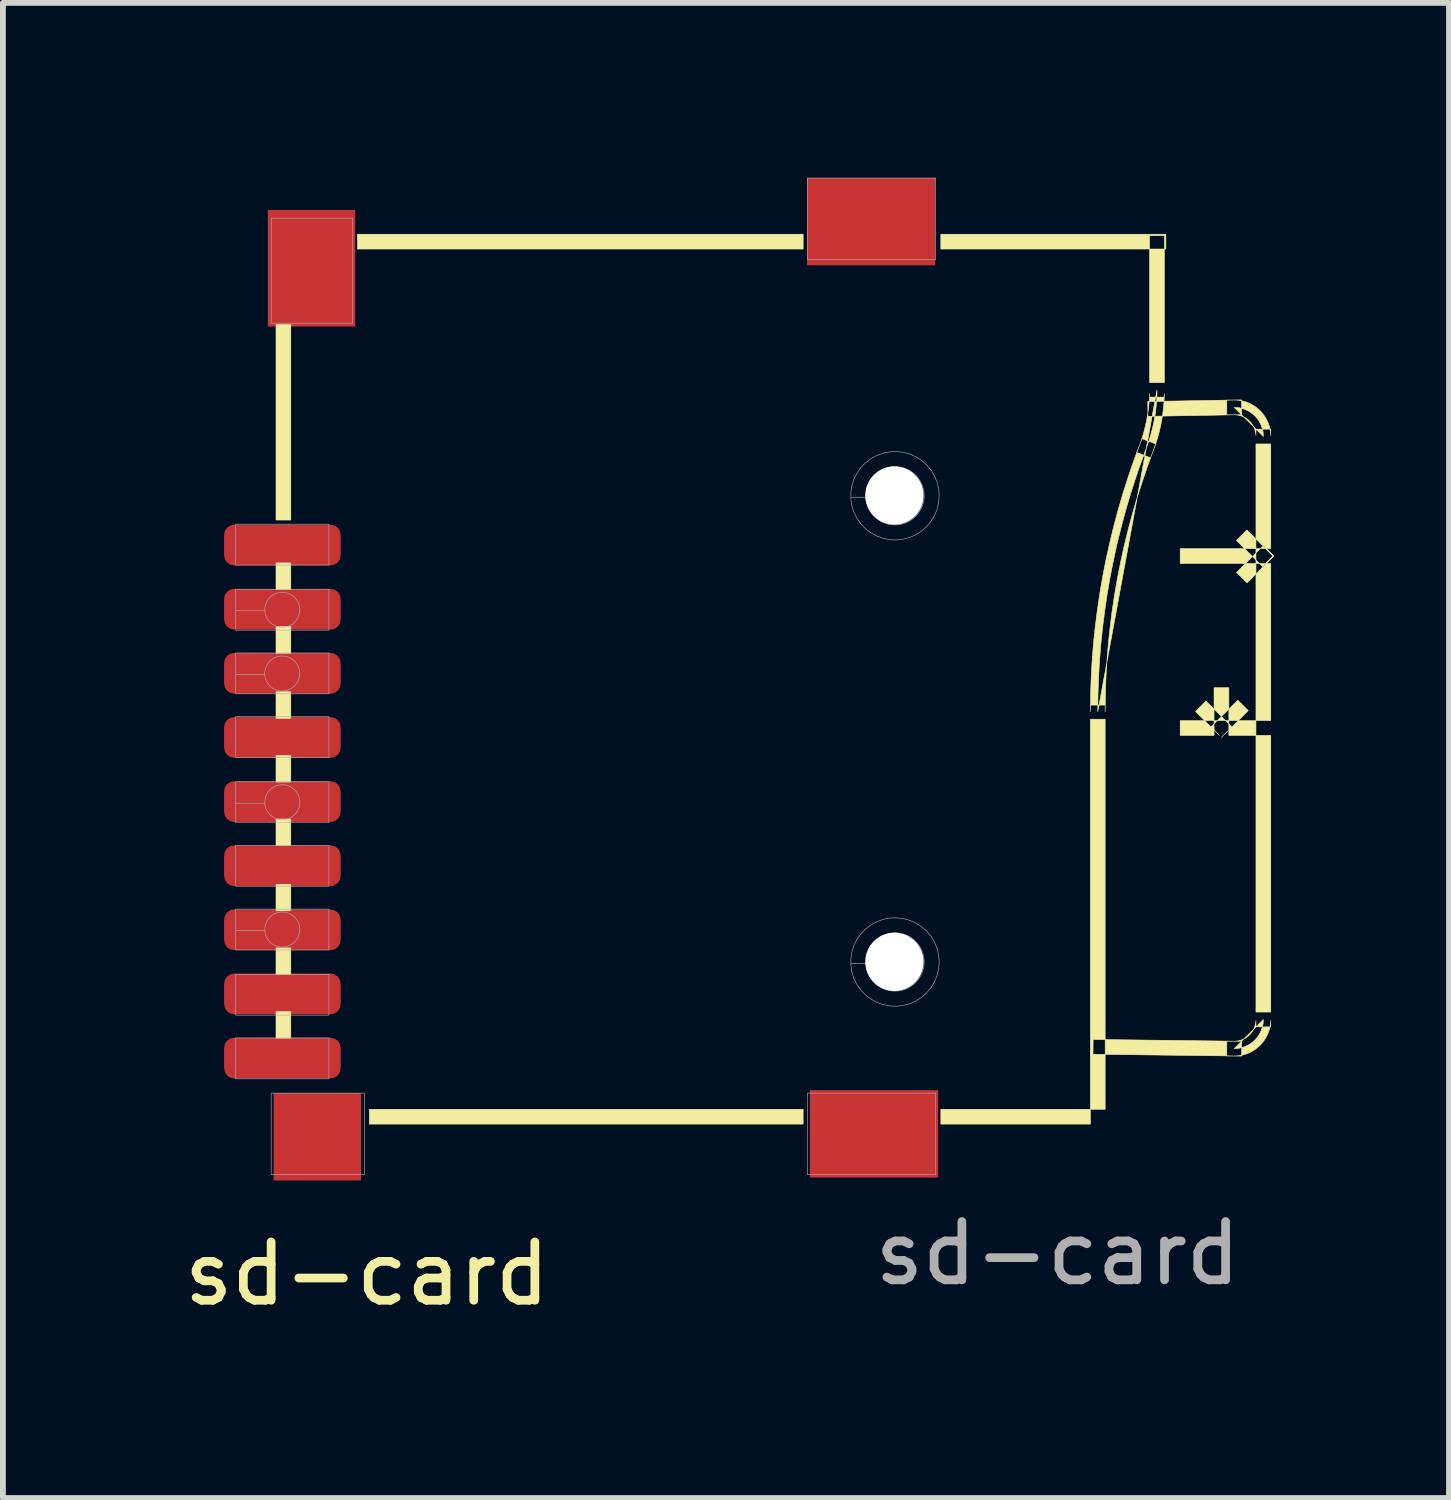
<source format=kicad_pcb>
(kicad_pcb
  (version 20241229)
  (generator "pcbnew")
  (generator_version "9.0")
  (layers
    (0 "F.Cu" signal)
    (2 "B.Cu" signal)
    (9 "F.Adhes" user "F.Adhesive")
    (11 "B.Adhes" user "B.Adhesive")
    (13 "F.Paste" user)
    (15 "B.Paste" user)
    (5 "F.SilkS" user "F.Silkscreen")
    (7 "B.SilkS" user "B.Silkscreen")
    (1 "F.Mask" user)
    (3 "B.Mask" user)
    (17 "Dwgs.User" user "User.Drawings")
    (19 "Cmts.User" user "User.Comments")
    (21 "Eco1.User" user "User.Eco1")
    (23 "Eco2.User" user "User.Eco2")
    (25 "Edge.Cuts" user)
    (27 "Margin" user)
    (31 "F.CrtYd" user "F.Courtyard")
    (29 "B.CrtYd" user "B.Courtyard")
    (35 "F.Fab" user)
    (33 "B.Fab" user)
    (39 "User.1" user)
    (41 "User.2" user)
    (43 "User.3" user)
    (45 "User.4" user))
  (footprint "sd-card"
    (layer "F.Cu")
    (at 0.744 17.801)
    (property "Reference" "sd-card" (at 2.5 1 0) (unlocked yes) (layer "F.SilkS") (effects (font (size 1 1) (thickness 0.15))))
    (attr smd)
    (fp_poly (pts (xy 14.911 -8.642) (xy 14.911 -8.755) (xy 14.913 -8.755)) (stroke (width 0.01) (type solid)) (fill yes) (layer "F.SilkS"))
    (fp_poly (pts (xy 15.038 -8.64) (xy 15.04 -8.755) (xy 15.06 -8.755)) (stroke (width 0.01) (type solid)) (fill yes) (layer "F.SilkS"))
    (fp_poly (pts (xy 15.847 -13.034) (xy 15.827 -13.042) (xy 15.87 -13.161)) (stroke (width 0.01) (type solid)) (fill yes) (layer "F.SilkS"))
    (fp_poly (pts (xy 17.033 -8.328) (xy 16.98 -8.38) (xy 17.033 -8.433)) (stroke (width 0.01) (type solid)) (fill yes) (layer "F.SilkS"))
    (fp_poly (pts (xy 17.23 -8.489) (xy 17.089 -8.489) (xy 17.16 -8.56)) (stroke (width 0.01) (type solid)) (fill yes) (layer "F.SilkS"))
    (fp_poly (pts (xy 17.339 -8.38) (xy 17.287 -8.328) (xy 17.287 -8.433)) (stroke (width 0.01) (type solid)) (fill yes) (layer "F.SilkS"))
    (fp_poly (pts (xy 17.752 -11.245) (xy 17.692 -11.305) (xy 17.752 -11.365)) (stroke (width 0.01) (type solid)) (fill yes) (layer "F.SilkS"))
    (fp_poly (pts (xy 17.864 -11.133) (xy 17.812 -11.185) (xy 17.917 -11.185)) (stroke (width 0.01) (type solid)) (fill yes) (layer "F.SilkS"))
    (fp_poly (pts (xy 17.917 -11.439) (xy 17.826 -11.439) (xy 17.872 -11.484)) (stroke (width 0.01) (type solid)) (fill yes) (layer "F.SilkS"))
    (fp_poly (pts (xy 1.195 -11.93) (xy 0.941 -11.93) (xy 0.941 -15.283) (xy 1.195 -15.283)) (stroke (width 0.01) (type solid)) (fill yes) (layer "F.SilkS"))
    (fp_poly (pts (xy 1.195 -10.737) (xy 0.941 -10.737) (xy 0.941 -11.194) (xy 1.195 -11.194)) (stroke (width 0.01) (type solid)) (fill yes) (layer "F.SilkS"))
    (fp_poly (pts (xy 1.195 -9.644) (xy 0.941 -9.644) (xy 0.941 -10.102) (xy 1.195 -10.102)) (stroke (width 0.01) (type solid)) (fill yes) (layer "F.SilkS"))
    (fp_poly (pts (xy 1.195 -8.527) (xy 0.941 -8.527) (xy 0.941 -8.984) (xy 1.195 -8.984)) (stroke (width 0.01) (type solid)) (fill yes) (layer "F.SilkS"))
    (fp_poly (pts (xy 1.195 -7.435) (xy 0.941 -7.435) (xy 0.941 -7.892) (xy 1.195 -7.892)) (stroke (width 0.01) (type solid)) (fill yes) (layer "F.SilkS"))
    (fp_poly (pts (xy 1.195 -6.343) (xy 0.941 -6.343) (xy 0.941 -6.8) (xy 1.195 -6.8)) (stroke (width 0.01) (type solid)) (fill yes) (layer "F.SilkS"))
    (fp_poly (pts (xy 1.195 -5.225) (xy 0.941 -5.225) (xy 0.941 -5.682) (xy 1.195 -5.682)) (stroke (width 0.01) (type solid)) (fill yes) (layer "F.SilkS"))
    (fp_poly (pts (xy 1.195 -4.133) (xy 0.941 -4.133) (xy 0.941 -4.59) (xy 1.195 -4.59)) (stroke (width 0.01) (type solid)) (fill yes) (layer "F.SilkS"))
    (fp_poly (pts (xy 1.195 -3.041) (xy 0.941 -3.041) (xy 0.941 -3.498) (xy 1.195 -3.498)) (stroke (width 0.01) (type solid)) (fill yes) (layer "F.SilkS"))
    (fp_poly (pts (xy 9.984 -16.579) (xy 2.338 -16.579) (xy 2.338 -16.833) (xy 9.984 -16.833)) (stroke (width 0.01) (type solid)) (fill yes) (layer "F.SilkS"))
    (fp_poly (pts (xy 9.984 -1.567) (xy 2.542 -1.567) (xy 2.542 -1.821) (xy 9.984 -1.821)) (stroke (width 0.01) (type solid)) (fill yes) (layer "F.SilkS"))
    (fp_poly (pts (xy 14.911 -8.513) (xy 14.911 -8.513) (xy 14.911 -8.64) (xy 14.911 -8.642)) (stroke (width 0.01) (type solid)) (fill yes) (layer "F.SilkS"))
    (fp_poly (pts (xy 14.911 -1.567) (xy 12.346 -1.567) (xy 12.346 -1.821) (xy 14.911 -1.821)) (stroke (width 0.01) (type solid)) (fill yes) (layer "F.SilkS"))
    (fp_poly (pts (xy 15.913 -13.281) (xy 15.892 -13.222) (xy 15.87 -13.161) (xy 15.894 -13.288)) (stroke (width 0.01) (type solid)) (fill yes) (layer "F.SilkS"))
    (fp_poly (pts (xy 17.07 -8.47) (xy 17.033 -8.433) (xy 17.033 -8.489) (xy 17.089 -8.489)) (stroke (width 0.01) (type solid)) (fill yes) (layer "F.SilkS"))
    (fp_poly (pts (xy 17.287 -8.433) (xy 17.25 -8.47) (xy 17.23 -8.489) (xy 17.287 -8.489)) (stroke (width 0.01) (type solid)) (fill yes) (layer "F.SilkS"))
    (fp_poly (pts (xy 17.378 -13.989) (xy 17.377 -13.989) (xy 17.252 -13.987) (xy 17.252 -13.989)) (stroke (width 0.01) (type solid)) (fill yes) (layer "F.SilkS"))
    (fp_poly (pts (xy 17.775 -11.222) (xy 17.812 -11.185) (xy 17.752 -11.185) (xy 17.752 -11.245)) (stroke (width 0.01) (type solid)) (fill yes) (layer "F.SilkS"))
    (fp_poly (pts (xy 17.789 -11.402) (xy 17.752 -11.365) (xy 17.752 -11.439) (xy 17.826 -11.439)) (stroke (width 0.01) (type solid)) (fill yes) (layer "F.SilkS"))
    (fp_poly (pts (xy 18.006 -11.35) (xy 18.006 -11.274) (xy 18.006 -11.274) (xy 18.006 -11.35)) (stroke (width 0.01) (type solid)) (fill yes) (layer "F.SilkS"))
    (fp_poly (pts (xy 17.033 -8.328) (xy 17.033 -8.235) (xy 16.452 -8.235) (xy 16.452 -8.489) (xy 16.871 -8.489)) (stroke (width 0.01) (type solid)) (fill yes) (layer "F.SilkS"))
    (fp_poly (pts (xy 17.287 -8.687) (xy 17.16 -8.56) (xy 17.033 -8.687) (xy 17.033 -9.054) (xy 17.287 -9.054)) (stroke (width 0.01) (type solid)) (fill yes) (layer "F.SilkS"))
    (fp_poly (pts (xy 17.377 -2.735) (xy 17.38 -2.735) (xy 17.379 -2.735) (xy 17.252 -2.735) (xy 17.252 -2.737)) (stroke (width 0.01) (type solid)) (fill yes) (layer "F.SilkS"))
    (fp_poly (pts (xy 17.692 -11.305) (xy 17.572 -11.185) (xy 16.452 -11.185) (xy 16.452 -11.439) (xy 17.558 -11.439)) (stroke (width 0.01) (type solid)) (fill yes) (layer "F.SilkS"))
    (fp_poly (pts (xy 17.752 -8.235) (xy 17.287 -8.235) (xy 17.287 -8.328) (xy 17.449 -8.489) (xy 17.752 -8.489)) (stroke (width 0.01) (type solid)) (fill yes) (layer "F.SilkS"))
    (fp_poly (pts (xy 18.006 -11.365) (xy 18.006 -11.35) (xy 17.954 -11.402) (xy 17.917 -11.439) (xy 17.932 -11.439)) (stroke (width 0.01) (type solid)) (fill yes) (layer "F.SilkS"))
    (fp_poly (pts (xy 18.006 -11.26) (xy 17.969 -11.222) (xy 17.932 -11.185) (xy 17.917 -11.185) (xy 18.006 -11.274)) (stroke (width 0.01) (type solid)) (fill yes) (layer "F.SilkS"))
    (fp_poly (pts (xy 15.178 -9.212) (xy 15.169 -8.927) (xy 15.165 -8.642) (xy 15.165 -8.755) (xy 15.06 -8.755) (xy 15.194 -9.486)) (stroke (width 0.01) (type solid)) (fill yes) (layer "F.SilkS"))
    (fp_poly (pts (xy 18.059 -11.312) (xy 18.006 -11.26) (xy 18.006 -11.274) (xy 18.044 -11.312) (xy 18.006 -11.35) (xy 18.006 -11.365)) (stroke (width 0.01) (type solid)) (fill yes) (layer "F.SilkS"))
    (fp_poly (pts (xy 16.984 -8.735) (xy 17.033 -8.687) (xy 17.033 -8.489) (xy 16.871 -8.489) (xy 16.805 -8.556) (xy 16.715 -8.646) (xy 16.894 -8.825)) (stroke (width 0.01) (type solid)) (fill yes) (layer "F.SilkS"))
    (fp_poly (pts (xy 17.125 -8.235) (xy 17.16 -8.201) (xy 17.16 -8.201) (xy 17.125 -8.235) (xy 17.07 -8.29) (xy 17.033 -8.328) (xy 17.033 -8.328)) (stroke (width 0.01) (type solid)) (fill yes) (layer "F.SilkS"))
    (fp_poly (pts (xy 17.287 -8.328) (xy 17.25 -8.29) (xy 17.195 -8.235) (xy 17.16 -8.201) (xy 17.16 -8.201) (xy 17.194 -8.235) (xy 17.287 -8.328)) (stroke (width 0.01) (type solid)) (fill yes) (layer "F.SilkS"))
    (fp_poly (pts (xy 17.62 -8.66) (xy 17.53 -8.57) (xy 17.449 -8.489) (xy 17.287 -8.489) (xy 17.287 -8.687) (xy 17.35 -8.75) (xy 17.44 -8.84)) (stroke (width 0.01) (type solid)) (fill yes) (layer "F.SilkS"))
    (fp_poly (pts (xy 17.685 -11.671) (xy 17.752 -11.604) (xy 17.752 -11.439) (xy 17.558 -11.439) (xy 17.506 -11.491) (xy 17.416 -11.581) (xy 17.596 -11.76)) (stroke (width 0.01) (type solid)) (fill yes) (layer "F.SilkS"))
    (fp_poly (pts (xy 17.752 -11.006) (xy 17.689 -10.942) (xy 17.599 -10.853) (xy 17.419 -11.032) (xy 17.509 -11.122) (xy 17.572 -11.185) (xy 17.752 -11.185)) (stroke (width 0.01) (type solid)) (fill yes) (layer "F.SilkS"))
    (fp_poly (pts (xy 16.207 -16.579) (xy 16.181 -16.579) (xy 16.181 -16.807) (xy 15.927 -16.807) (xy 15.927 -16.579) (xy 12.346 -16.579) (xy 12.346 -16.833) (xy 16.207 -16.833)) (stroke (width 0.01) (type solid)) (fill yes) (layer "F.SilkS"))
    (fp_poly (pts (xy 17.404 -13.862) (xy 17.428 -13.86) (xy 17.453 -13.857) (xy 17.477 -13.853) (xy 17.501 -13.847) (xy 17.506 -13.846) (xy 17.508 -13.738) (xy 17.504 -13.737) (xy 17.379 -13.862)) (stroke (width 0.01) (type solid)) (fill yes) (layer "F.SilkS"))
    (fp_poly (pts (xy 17.508 -2.988) (xy 17.506 -2.879) (xy 17.501 -2.877) (xy 17.477 -2.872) (xy 17.453 -2.868) (xy 17.428 -2.865) (xy 17.404 -2.863) (xy 17.379 -2.862) (xy 17.504 -2.988)) (stroke (width 0.01) (type solid)) (fill yes) (layer "F.SilkS"))
    (fp_poly (pts (xy 17.863 -13.489) (xy 17.864 -13.484) (xy 17.869 -13.46) (xy 17.874 -13.436) (xy 17.877 -13.412) (xy 17.878 -13.387) (xy 17.879 -13.362) (xy 17.752 -13.489) (xy 17.752 -13.489)) (stroke (width 0.01) (type solid)) (fill yes) (layer "F.SilkS"))
    (fp_poly (pts (xy 17.878 -3.337) (xy 17.877 -3.313) (xy 17.874 -3.288) (xy 17.869 -3.264) (xy 17.864 -3.24) (xy 17.862 -3.235) (xy 17.752 -3.235) (xy 17.752 -3.235) (xy 17.879 -3.362)) (stroke (width 0.01) (type solid)) (fill yes) (layer "F.SilkS"))
    (fp_poly (pts (xy 16.034 -13.235) (xy 15.989 -13.116) (xy 15.89 -12.848) (xy 15.798 -12.577) (xy 15.715 -12.316) (xy 15.847 -13.034) (xy 15.944 -12.998) (xy 15.989 -13.116) (xy 16.012 -13.179) (xy 16.032 -13.236)) (stroke (width 0.01) (type solid)) (fill yes) (layer "F.SilkS"))
    (fp_poly (pts (xy 17.252 -13.735) (xy 17.379 -13.735) (xy 17.38 -13.735) (xy 16.147 -13.713) (xy 16.154 -13.762) (xy 16.162 -13.828) (xy 16.169 -13.895) (xy 16.175 -13.961) (xy 16.175 -13.968) (xy 17.252 -13.987)) (stroke (width 0.01) (type solid)) (fill yes) (layer "F.SilkS"))
    (fp_poly (pts (xy 17.504 -2.734) (xy 17.38 -2.735) (xy 17.394 -2.735) (xy 17.41 -2.736) (xy 17.425 -2.737) (xy 17.441 -2.738) (xy 17.456 -2.74) (xy 17.471 -2.742) (xy 17.486 -2.744) (xy 17.501 -2.747) (xy 17.505 -2.748)) (stroke (width 0.01) (type solid)) (fill yes) (layer "F.SilkS"))
    (fp_poly (pts (xy 17.504 -13.977) (xy 17.501 -13.977) (xy 17.486 -13.98) (xy 17.471 -13.982) (xy 17.456 -13.985) (xy 17.441 -13.986) (xy 17.425 -13.988) (xy 17.41 -13.988) (xy 17.394 -13.989) (xy 17.379 -13.989) (xy 17.378 -13.989) (xy 17.504 -13.991)) (stroke (width 0.01) (type solid)) (fill yes) (layer "F.SilkS"))
    (fp_poly (pts (xy 15.194 -9.486) (xy 15.195 -9.498) (xy 15.217 -9.783) (xy 15.247 -10.067) (xy 15.282 -10.351) (xy 15.324 -10.634) (xy 15.373 -10.916) (xy 15.428 -11.197) (xy 15.489 -11.476) (xy 15.557 -11.754) (xy 15.631 -12.03) (xy 15.711 -12.305) (xy 15.715 -12.316)) (stroke (width 0.01) (type solid)) (fill yes) (layer "F.SilkS"))
    (fp_poly (pts (xy 16.144 -13.696) (xy 16.133 -13.63) (xy 16.12 -13.564) (xy 16.106 -13.499) (xy 16.09 -13.434) (xy 16.073 -13.37) (xy 16.054 -13.306) (xy 16.034 -13.242) (xy 16.032 -13.236) (xy 15.913 -13.281) (xy 15.913 -13.282) (xy 15.933 -13.343) (xy 15.95 -13.404) (xy 15.967 -13.466) (xy 15.982 -13.528) (xy 15.996 -13.59) (xy 16.008 -13.653) (xy 16.018 -13.711) (xy 16.026 -13.711) (xy 16.147 -13.713)) (stroke (width 0.01) (type solid)) (fill yes) (layer "F.SilkS"))
    (fp_poly (pts (xy 17.504 -2.988) (xy 17.381 -2.989) (xy 17.388 -2.989) (xy 17.397 -2.99) (xy 17.406 -2.99) (xy 17.416 -2.991) (xy 17.425 -2.992) (xy 17.434 -2.993) (xy 17.443 -2.995) (xy 17.452 -2.996) (xy 17.461 -2.998) (xy 17.47 -3) (xy 17.478 -3.003) (xy 17.487 -3.005) (xy 17.496 -3.008) (xy 17.505 -3.011) (xy 17.513 -3.014) (xy 17.522 -3.018) (xy 17.53 -3.021) (xy 17.539 -3.025) (xy 17.545 -3.028)) (stroke (width 0.01) (type solid)) (fill yes) (layer "F.SilkS"))
    (fp_poly (pts (xy 18.006 -13.489) (xy 18.006 -13.362) (xy 18.006 -11.365) (xy 18.006 -11.365) (xy 18.006 -11.439) (xy 17.932 -11.439) (xy 17.879 -11.492) (xy 17.872 -11.484) (xy 17.752 -11.604) (xy 17.752 -13.235) (xy 18.006 -13.235) (xy 18.006 -13.362) (xy 18.006 -13.378) (xy 18.005 -13.393) (xy 18.004 -13.408) (xy 18.003 -13.424) (xy 18.001 -13.439) (xy 17.999 -13.454) (xy 17.997 -13.469) (xy 17.994 -13.485) (xy 17.993 -13.489)) (stroke (width 0.01) (type solid)) (fill yes) (layer "F.SilkS"))
    (fp_poly (pts (xy 15.165 -3.017) (xy 17.381 -2.989) (xy 17.381 -2.989) (xy 17.379 -2.989) (xy 17.252 -2.989) (xy 17.252 -2.737) (xy 15.165 -2.763) (xy 15.165 -1.821) (xy 14.911 -1.821) (xy 14.911 -2.765) (xy 14.956 -2.765) (xy 15.083 -2.764) (xy 15.165 -2.763) (xy 15.165 -3.017) (xy 15.086 -3.018) (xy 14.959 -3.019) (xy 14.956 -2.765) (xy 14.911 -2.765) (xy 14.911 -8.513) (xy 15.165 -8.513) (xy 15.165 -8.64) (xy 15.165 -8.642)) (stroke (width 0.01) (type solid)) (fill yes) (layer "F.SilkS"))
    (fp_poly (pts (xy 17.545 -13.696) (xy 17.539 -13.699) (xy 17.53 -13.703) (xy 17.522 -13.707) (xy 17.513 -13.71) (xy 17.505 -13.713) (xy 17.496 -13.716) (xy 17.487 -13.719) (xy 17.478 -13.722) (xy 17.47 -13.724) (xy 17.461 -13.726) (xy 17.452 -13.728) (xy 17.443 -13.73) (xy 17.434 -13.731) (xy 17.425 -13.732) (xy 17.416 -13.733) (xy 17.406 -13.734) (xy 17.397 -13.735) (xy 17.388 -13.735) (xy 17.38 -13.735) (xy 17.381 -13.735) (xy 17.504 -13.737)) (stroke (width 0.01) (type solid)) (fill yes) (layer "F.SilkS"))
    (fp_poly (pts (xy 17.752 -11.006) (xy 17.932 -11.185) (xy 18.006 -11.185) (xy 18.006 -11.26) (xy 18.006 -11.26) (xy 18.006 -3.362) (xy 18.006 -3.235) (xy 17.993 -3.235) (xy 17.994 -3.24) (xy 17.997 -3.255) (xy 17.999 -3.27) (xy 18.001 -3.285) (xy 18.003 -3.301) (xy 18.004 -3.316) (xy 18.005 -3.331) (xy 18.006 -3.347) (xy 18.006 -3.362) (xy 18.006 -3.489) (xy 17.752 -3.489) (xy 17.752 -8.235) (xy 18.006 -8.235) (xy 18.006 -8.489) (xy 17.752 -8.489)) (stroke (width 0.01) (type solid)) (fill yes) (layer "F.SilkS"))
    (fp_poly (pts (xy 17.752 -3.362) (xy 17.752 -3.235) (xy 17.713 -3.196) (xy 17.716 -3.203) (xy 17.72 -3.211) (xy 17.724 -3.22) (xy 17.727 -3.228) (xy 17.73 -3.237) (xy 17.733 -3.245) (xy 17.736 -3.254) (xy 17.738 -3.263) (xy 17.741 -3.272) (xy 17.743 -3.281) (xy 17.745 -3.289) (xy 17.747 -3.298) (xy 17.748 -3.307) (xy 17.749 -3.317) (xy 17.75 -3.326) (xy 17.751 -3.335) (xy 17.752 -3.344) (xy 17.752 -3.353) (xy 17.752 -3.362) (xy 17.752 -3.489) (xy 17.752 -3.489)) (stroke (width 0.01) (type solid)) (fill yes) (layer "F.SilkS"))
    (fp_poly (pts (xy 17.752 -13.489) (xy 17.752 -13.362) (xy 17.752 -13.235) (xy 17.752 -13.235) (xy 17.752 -13.362) (xy 17.752 -13.371) (xy 17.752 -13.381) (xy 17.751 -13.39) (xy 17.75 -13.399) (xy 17.749 -13.408) (xy 17.748 -13.417) (xy 17.747 -13.426) (xy 17.745 -13.435) (xy 17.743 -13.444) (xy 17.741 -13.453) (xy 17.738 -13.462) (xy 17.736 -13.47) (xy 17.733 -13.479) (xy 17.73 -13.488) (xy 17.727 -13.496) (xy 17.724 -13.505) (xy 17.72 -13.513) (xy 17.716 -13.522) (xy 17.713 -13.528)) (stroke (width 0.01) (type solid)) (fill yes) (layer "F.SilkS"))
    (fp_poly (pts (xy 17.547 -13.695) (xy 17.555 -13.691) (xy 17.563 -13.687) (xy 17.571 -13.682) (xy 17.579 -13.677) (xy 17.586 -13.672) (xy 17.594 -13.667) (xy 17.601 -13.662) (xy 17.608 -13.656) (xy 17.616 -13.651) (xy 17.623 -13.645) (xy 17.629 -13.639) (xy 17.636 -13.632) (xy 17.643 -13.626) (xy 17.649 -13.619) (xy 17.655 -13.613) (xy 17.661 -13.606) (xy 17.667 -13.599) (xy 17.673 -13.592) (xy 17.679 -13.584) (xy 17.684 -13.577) (xy 17.689 -13.569) (xy 17.694 -13.562) (xy 17.699 -13.554) (xy 17.704 -13.546) (xy 17.708 -13.538) (xy 17.712 -13.53) (xy 17.713 -13.528) (xy 17.545 -13.696)) (stroke (width 0.01) (type solid)) (fill yes) (layer "F.SilkS"))
    (fp_poly (pts (xy 17.712 -3.194) (xy 17.708 -3.186) (xy 17.704 -3.178) (xy 17.699 -3.17) (xy 17.694 -3.163) (xy 17.689 -3.155) (xy 17.684 -3.147) (xy 17.679 -3.14) (xy 17.673 -3.133) (xy 17.667 -3.126) (xy 17.661 -3.119) (xy 17.655 -3.112) (xy 17.649 -3.105) (xy 17.643 -3.098) (xy 17.636 -3.092) (xy 17.629 -3.086) (xy 17.623 -3.08) (xy 17.616 -3.074) (xy 17.608 -3.068) (xy 17.601 -3.063) (xy 17.594 -3.057) (xy 17.586 -3.052) (xy 17.579 -3.047) (xy 17.571 -3.042) (xy 17.563 -3.038) (xy 17.555 -3.033) (xy 17.547 -3.029) (xy 17.545 -3.028) (xy 17.713 -3.196)) (stroke (width 0.01) (type solid)) (fill yes) (layer "F.SilkS"))
    (fp_poly (pts (xy 15.827 -13.042) (xy 15.77 -12.89) (xy 15.677 -12.616) (xy 15.589 -12.341) (xy 15.508 -12.063) (xy 15.434 -11.784) (xy 15.365 -11.504) (xy 15.304 -11.222) (xy 15.248 -10.939) (xy 15.199 -10.655) (xy 15.157 -10.369) (xy 15.121 -10.083) (xy 15.091 -9.796) (xy 15.068 -9.508) (xy 15.052 -9.219) (xy 15.042 -8.93) (xy 15.04 -8.755) (xy 14.913 -8.755) (xy 14.915 -8.932) (xy 14.925 -9.224) (xy 14.941 -9.515) (xy 14.964 -9.806) (xy 14.994 -10.096) (xy 15.031 -10.386) (xy 15.074 -10.674) (xy 15.123 -10.962) (xy 15.179 -11.248) (xy 15.242 -11.533) (xy 15.311 -11.817) (xy 15.386 -12.099) (xy 15.468 -12.379) (xy 15.556 -12.657) (xy 15.651 -12.933) (xy 15.708 -13.088)) (stroke (width 0.01) (type solid)) (fill yes) (layer "F.SilkS"))
    (fp_poly (pts (xy 16.181 -14.039) (xy 16.179 -14.039) (xy 16.178 -14.028) (xy 16.175 -13.968) (xy 16.047 -13.965) (xy 16.043 -13.906) (xy 16.036 -13.842) (xy 16.028 -13.779) (xy 16.019 -13.716) (xy 16.018 -13.711) (xy 15.971 -13.71) (xy 15.894 -13.288) (xy 15.797 -13.325) (xy 15.752 -13.207) (xy 15.708 -13.088) (xy 15.706 -13.088) (xy 15.752 -13.207) (xy 15.773 -13.264) (xy 15.793 -13.322) (xy 15.811 -13.38) (xy 15.828 -13.438) (xy 15.844 -13.497) (xy 15.858 -13.557) (xy 15.871 -13.616) (xy 15.883 -13.676) (xy 15.893 -13.736) (xy 15.898 -13.768) (xy 15.899 -13.709) (xy 15.971 -13.71) (xy 16.018 -13.965) (xy 16.022 -13.965) (xy 16.047 -13.965) (xy 16.048 -13.97) (xy 16.051 -14.033) (xy 16.052 -14.039) (xy 16.032 -14.039) (xy 16.018 -13.965) (xy 15.92 -13.963) (xy 15.916 -13.918) (xy 15.91 -13.857) (xy 15.902 -13.797) (xy 15.898 -13.768) (xy 15.895 -13.963) (xy 15.92 -13.963) (xy 15.921 -13.978) (xy 15.925 -14.039) (xy 15.927 -14.039) (xy 16.032 -14.039) (xy 16.054 -14.161) (xy 16.054 -14.097) (xy 16.052 -14.039) (xy 16.179 -14.039) (xy 16.181 -14.095) (xy 16.181 -14.161) (xy 16.181 -14.288) (xy 15.927 -14.288) (xy 15.927 -14.039) (xy 15.925 -14.039) (xy 15.925 -14.039) (xy 15.927 -14.1) (xy 15.927 -14.161) (xy 15.927 -14.288) (xy 15.927 -14.288) (xy 15.927 -16.579) (xy 16.181 -16.579)) (stroke (width 0.01) (type solid)) (fill yes) (layer "F.SilkS"))
    (fp_poly (pts (xy 17.516 -13.974) (xy 17.531 -13.97) (xy 17.546 -13.967) (xy 17.561 -13.962) (xy 17.576 -13.958) (xy 17.59 -13.953) (xy 17.605 -13.947) (xy 17.619 -13.942) (xy 17.633 -13.935) (xy 17.647 -13.929) (xy 17.661 -13.922) (xy 17.675 -13.915) (xy 17.688 -13.908) (xy 17.701 -13.9) (xy 17.714 -13.892) (xy 17.727 -13.884) (xy 17.74 -13.875) (xy 17.752 -13.866) (xy 17.765 -13.857) (xy 17.777 -13.847) (xy 17.788 -13.837) (xy 17.8 -13.827) (xy 17.811 -13.816) (xy 17.822 -13.806) (xy 17.833 -13.795) (xy 17.844 -13.783) (xy 17.854 -13.772) (xy 17.864 -13.76) (xy 17.873 -13.748) (xy 17.883 -13.736) (xy 17.892 -13.723) (xy 17.9 -13.711) (xy 17.909 -13.698) (xy 17.917 -13.685) (xy 17.925 -13.671) (xy 17.932 -13.658) (xy 17.939 -13.644) (xy 17.946 -13.63) (xy 17.952 -13.616) (xy 17.958 -13.602) (xy 17.964 -13.588) (xy 17.969 -13.573) (xy 17.974 -13.559) (xy 17.979 -13.544) (xy 17.983 -13.529) (xy 17.987 -13.515) (xy 17.991 -13.5) (xy 17.993 -13.489) (xy 17.863 -13.489) (xy 17.857 -13.508) (xy 17.85 -13.531) (xy 17.841 -13.554) (xy 17.831 -13.576) (xy 17.82 -13.598) (xy 17.808 -13.619) (xy 17.795 -13.64) (xy 17.781 -13.66) (xy 17.766 -13.679) (xy 17.75 -13.698) (xy 17.733 -13.716) (xy 17.715 -13.733) (xy 17.696 -13.749) (xy 17.676 -13.764) (xy 17.656 -13.778) (xy 17.636 -13.791) (xy 17.614 -13.803) (xy 17.593 -13.814) (xy 17.57 -13.824) (xy 17.548 -13.833) (xy 17.524 -13.841) (xy 17.506 -13.846) (xy 17.504 -13.977)) (stroke (width 0.01) (type solid)) (fill yes) (layer "F.SilkS"))
    (fp_poly (pts (xy 17.991 -3.225) (xy 17.987 -3.21) (xy 17.983 -3.195) (xy 17.979 -3.18) (xy 17.974 -3.166) (xy 17.969 -3.151) (xy 17.964 -3.137) (xy 17.958 -3.122) (xy 17.952 -3.108) (xy 17.946 -3.094) (xy 17.939 -3.08) (xy 17.932 -3.067) (xy 17.925 -3.053) (xy 17.917 -3.04) (xy 17.909 -3.027) (xy 17.9 -3.014) (xy 17.892 -3.001) (xy 17.883 -2.989) (xy 17.873 -2.977) (xy 17.864 -2.965) (xy 17.854 -2.953) (xy 17.844 -2.941) (xy 17.833 -2.93) (xy 17.822 -2.919) (xy 17.811 -2.908) (xy 17.8 -2.898) (xy 17.788 -2.887) (xy 17.777 -2.878) (xy 17.765 -2.868) (xy 17.752 -2.859) (xy 17.74 -2.85) (xy 17.727 -2.841) (xy 17.714 -2.833) (xy 17.701 -2.824) (xy 17.688 -2.817) (xy 17.675 -2.809) (xy 17.661 -2.802) (xy 17.647 -2.795) (xy 17.633 -2.789) (xy 17.619 -2.783) (xy 17.605 -2.777) (xy 17.59 -2.772) (xy 17.576 -2.767) (xy 17.561 -2.762) (xy 17.546 -2.758) (xy 17.531 -2.754) (xy 17.516 -2.75) (xy 17.505 -2.748) (xy 17.506 -2.879) (xy 17.524 -2.884) (xy 17.548 -2.892) (xy 17.57 -2.9) (xy 17.593 -2.91) (xy 17.614 -2.921) (xy 17.636 -2.933) (xy 17.656 -2.946) (xy 17.676 -2.96) (xy 17.696 -2.975) (xy 17.715 -2.992) (xy 17.733 -3.009) (xy 17.75 -3.027) (xy 17.766 -3.045) (xy 17.781 -3.065) (xy 17.795 -3.085) (xy 17.808 -3.106) (xy 17.82 -3.127) (xy 17.831 -3.149) (xy 17.841 -3.171) (xy 17.85 -3.194) (xy 17.857 -3.217) (xy 17.862 -3.235) (xy 17.993 -3.235)) (stroke (width 0.01) (type solid)) (fill yes) (layer "F.SilkS"))
    (fp_poly (pts (xy 1.849 -11.158) (xy 0.249 -11.158) (xy 0.249 -11.859) (xy 1.849 -11.859)) (stroke (width 0.01) (type solid)) (fill no) (layer "F.Fab"))
    (fp_poly (pts (xy 1.849 -7.856) (xy 0.249 -7.856) (xy 0.249 -8.557) (xy 1.849 -8.557)) (stroke (width 0.01) (type solid)) (fill no) (layer "F.Fab"))
    (fp_poly (pts (xy 1.849 -5.646) (xy 0.249 -5.646) (xy 0.249 -6.347) (xy 1.849 -6.347)) (stroke (width 0.01) (type solid)) (fill no) (layer "F.Fab"))
    (fp_poly (pts (xy 1.849 -3.436) (xy 0.249 -3.436) (xy 0.249 -4.137) (xy 1.849 -4.137)) (stroke (width 0.01) (type solid)) (fill no) (layer "F.Fab"))
    (fp_poly (pts (xy 1.849 -2.344) (xy 0.249 -2.344) (xy 0.249 -3.045) (xy 1.849 -3.045)) (stroke (width 0.01) (type solid)) (fill no) (layer "F.Fab"))
    (fp_poly (pts (xy 2.257 -15.307) (xy 0.857 -15.307) (xy 0.857 -17.108) (xy 2.257 -17.108)) (stroke (width 0.01) (type solid)) (fill no) (layer "F.Fab"))
    (fp_poly (pts (xy 2.459 -0.699) (xy 0.858 -0.699) (xy 0.858 -2.099) (xy 2.459 -2.099)) (stroke (width 0.01) (type solid)) (fill no) (layer "F.Fab"))
    (fp_poly (pts (xy 12.258 -16.396) (xy 10.058 -16.396) (xy 10.058 -17.796) (xy 12.258 -17.796)) (stroke (width 0.01) (type solid)) (fill no) (layer "F.Fab"))
    (fp_poly (pts (xy 12.258 -0.699) (xy 10.058 -0.699) (xy 10.058 -2.099) (xy 12.258 -2.099)) (stroke (width 0.01) (type solid)) (fill no) (layer "F.Fab"))
    (fp_poly (pts (xy 1.849 -10.04) (xy 0.249 -10.04) (xy 0.249 -10.39) (xy 0.749 -10.39) (xy 0.749 -10.375) (xy 0.75 -10.36) (xy 0.752 -10.345) (xy 0.755 -10.33) (xy 0.758 -10.316) (xy 0.762 -10.301) (xy 0.767 -10.287) (xy 0.772 -10.274) (xy 0.778 -10.26) (xy 0.785 -10.247) (xy 0.792 -10.235) (xy 0.8 -10.223) (xy 0.808 -10.211) (xy 0.817 -10.2) (xy 0.826 -10.189) (xy 0.836 -10.178) (xy 0.847 -10.168) (xy 0.858 -10.159) (xy 0.869 -10.15) (xy 0.881 -10.142) (xy 0.893 -10.134) (xy 0.906 -10.127) (xy 0.918 -10.12) (xy 0.932 -10.114) (xy 0.945 -10.109) (xy 0.959 -10.104) (xy 0.974 -10.1) (xy 0.988 -10.097) (xy 1.003 -10.094) (xy 1.018 -10.092) (xy 1.033 -10.091) (xy 1.049 -10.09) (xy 1.064 -10.091) (xy 1.079 -10.092) (xy 1.094 -10.094) (xy 1.109 -10.097) (xy 1.124 -10.1) (xy 1.138 -10.104) (xy 1.152 -10.109) (xy 1.165 -10.114) (xy 1.179 -10.12) (xy 1.192 -10.127) (xy 1.204 -10.134) (xy 1.216 -10.142) (xy 1.228 -10.15) (xy 1.239 -10.159) (xy 1.25 -10.168) (xy 1.261 -10.178) (xy 1.271 -10.189) (xy 1.28 -10.2) (xy 1.289 -10.211) (xy 1.297 -10.223) (xy 1.305 -10.235) (xy 1.312 -10.247) (xy 1.319 -10.26) (xy 1.325 -10.274) (xy 1.33 -10.287) (xy 1.335 -10.301) (xy 1.339 -10.316) (xy 1.342 -10.33) (xy 1.345 -10.345) (xy 1.347 -10.36) (xy 1.348 -10.375) (xy 1.349 -10.39) (xy 1.348 -10.406) (xy 1.347 -10.421) (xy 1.345 -10.436) (xy 1.342 -10.451) (xy 1.339 -10.465) (xy 1.335 -10.48) (xy 1.33 -10.494) (xy 1.325 -10.507) (xy 1.319 -10.521) (xy 1.312 -10.533) (xy 1.305 -10.546) (xy 1.297 -10.558) (xy 1.289 -10.57) (xy 1.28 -10.581) (xy 1.271 -10.592) (xy 1.261 -10.603) (xy 1.25 -10.613) (xy 1.239 -10.622) (xy 1.228 -10.631) (xy 1.216 -10.639) (xy 1.204 -10.647) (xy 1.192 -10.654) (xy 1.179 -10.661) (xy 1.165 -10.667) (xy 1.152 -10.672) (xy 1.138 -10.677) (xy 1.124 -10.681) (xy 1.109 -10.684) (xy 1.094 -10.687) (xy 1.079 -10.689) (xy 1.064 -10.69) (xy 1.049 -10.69) (xy 1.033 -10.69) (xy 1.018 -10.689) (xy 1.003 -10.687) (xy 0.988 -10.684) (xy 0.974 -10.681) (xy 0.959 -10.677) (xy 0.945 -10.672) (xy 0.932 -10.667) (xy 0.918 -10.661) (xy 0.906 -10.654) (xy 0.893 -10.647) (xy 0.881 -10.639) (xy 0.869 -10.631) (xy 0.858 -10.622) (xy 0.847 -10.613) (xy 0.836 -10.603) (xy 0.826 -10.592) (xy 0.817 -10.581) (xy 0.808 -10.57) (xy 0.8 -10.558) (xy 0.792 -10.546) (xy 0.785 -10.533) (xy 0.778 -10.521) (xy 0.772 -10.507) (xy 0.767 -10.494) (xy 0.762 -10.48) (xy 0.758 -10.465) (xy 0.755 -10.451) (xy 0.752 -10.436) (xy 0.75 -10.421) (xy 0.749 -10.406) (xy 0.749 -10.39) (xy 0.249 -10.39) (xy 0.249 -10.741) (xy 1.849 -10.741)) (stroke (width 0.01) (type solid)) (fill no) (layer "F.Fab"))
    (fp_poly (pts (xy 1.849 -8.948) (xy 0.249 -8.948) (xy 0.249 -9.297) (xy 0.748 -9.297) (xy 0.748 -9.282) (xy 0.749 -9.267) (xy 0.751 -9.252) (xy 0.754 -9.237) (xy 0.757 -9.222) (xy 0.761 -9.208) (xy 0.766 -9.194) (xy 0.771 -9.181) (xy 0.777 -9.167) (xy 0.784 -9.154) (xy 0.791 -9.142) (xy 0.799 -9.13) (xy 0.807 -9.118) (xy 0.816 -9.106) (xy 0.825 -9.096) (xy 0.835 -9.085) (xy 0.846 -9.075) (xy 0.857 -9.066) (xy 0.868 -9.057) (xy 0.88 -9.049) (xy 0.892 -9.041) (xy 0.905 -9.033) (xy 0.917 -9.027) (xy 0.931 -9.021) (xy 0.944 -9.015) (xy 0.958 -9.011) (xy 0.973 -9.007) (xy 0.987 -9.003) (xy 1.002 -9.001) (xy 1.017 -8.999) (xy 1.032 -8.998) (xy 1.048 -8.997) (xy 1.063 -8.998) (xy 1.078 -8.999) (xy 1.093 -9.001) (xy 1.108 -9.003) (xy 1.123 -9.007) (xy 1.137 -9.011) (xy 1.151 -9.015) (xy 1.164 -9.021) (xy 1.178 -9.027) (xy 1.191 -9.033) (xy 1.203 -9.041) (xy 1.215 -9.049) (xy 1.227 -9.057) (xy 1.238 -9.066) (xy 1.249 -9.075) (xy 1.26 -9.085) (xy 1.27 -9.096) (xy 1.279 -9.106) (xy 1.288 -9.118) (xy 1.296 -9.13) (xy 1.304 -9.142) (xy 1.311 -9.154) (xy 1.318 -9.167) (xy 1.324 -9.181) (xy 1.329 -9.194) (xy 1.334 -9.208) (xy 1.338 -9.222) (xy 1.341 -9.237) (xy 1.344 -9.252) (xy 1.346 -9.267) (xy 1.347 -9.282) (xy 1.348 -9.297) (xy 1.347 -9.313) (xy 1.346 -9.328) (xy 1.344 -9.343) (xy 1.341 -9.358) (xy 1.338 -9.372) (xy 1.334 -9.386) (xy 1.329 -9.4) (xy 1.324 -9.414) (xy 1.318 -9.427) (xy 1.311 -9.44) (xy 1.304 -9.453) (xy 1.296 -9.465) (xy 1.288 -9.477) (xy 1.279 -9.488) (xy 1.27 -9.499) (xy 1.26 -9.509) (xy 1.249 -9.519) (xy 1.238 -9.529) (xy 1.227 -9.538) (xy 1.215 -9.546) (xy 1.203 -9.554) (xy 1.191 -9.561) (xy 1.178 -9.568) (xy 1.164 -9.574) (xy 1.151 -9.579) (xy 1.137 -9.584) (xy 1.123 -9.588) (xy 1.108 -9.591) (xy 1.093 -9.594) (xy 1.078 -9.596) (xy 1.063 -9.597) (xy 1.048 -9.597) (xy 1.032 -9.597) (xy 1.017 -9.596) (xy 1.002 -9.594) (xy 0.987 -9.591) (xy 0.973 -9.588) (xy 0.958 -9.584) (xy 0.944 -9.579) (xy 0.931 -9.574) (xy 0.917 -9.568) (xy 0.905 -9.561) (xy 0.892 -9.554) (xy 0.88 -9.546) (xy 0.868 -9.538) (xy 0.857 -9.529) (xy 0.846 -9.519) (xy 0.835 -9.509) (xy 0.825 -9.499) (xy 0.816 -9.488) (xy 0.807 -9.477) (xy 0.799 -9.465) (xy 0.791 -9.453) (xy 0.784 -9.44) (xy 0.777 -9.427) (xy 0.771 -9.414) (xy 0.766 -9.4) (xy 0.761 -9.386) (xy 0.757 -9.372) (xy 0.754 -9.358) (xy 0.751 -9.343) (xy 0.749 -9.328) (xy 0.748 -9.313) (xy 0.748 -9.297) (xy 0.249 -9.297) (xy 0.249 -9.649) (xy 1.849 -9.649)) (stroke (width 0.01) (type solid)) (fill no) (layer "F.Fab"))
    (fp_poly (pts (xy 1.849 -6.738) (xy 0.249 -6.738) (xy 0.249 -7.088) (xy 0.749 -7.088) (xy 0.749 -7.073) (xy 0.75 -7.058) (xy 0.752 -7.043) (xy 0.755 -7.028) (xy 0.758 -7.014) (xy 0.762 -6.999) (xy 0.767 -6.985) (xy 0.772 -6.972) (xy 0.778 -6.958) (xy 0.785 -6.945) (xy 0.792 -6.933) (xy 0.8 -6.921) (xy 0.808 -6.909) (xy 0.817 -6.898) (xy 0.826 -6.887) (xy 0.836 -6.876) (xy 0.847 -6.866) (xy 0.858 -6.857) (xy 0.869 -6.848) (xy 0.881 -6.84) (xy 0.893 -6.832) (xy 0.906 -6.825) (xy 0.918 -6.818) (xy 0.932 -6.812) (xy 0.945 -6.807) (xy 0.959 -6.802) (xy 0.974 -6.798) (xy 0.988 -6.795) (xy 1.003 -6.792) (xy 1.018 -6.79) (xy 1.033 -6.789) (xy 1.049 -6.788) (xy 1.064 -6.789) (xy 1.079 -6.79) (xy 1.094 -6.792) (xy 1.109 -6.795) (xy 1.124 -6.798) (xy 1.138 -6.802) (xy 1.152 -6.807) (xy 1.165 -6.812) (xy 1.179 -6.818) (xy 1.192 -6.825) (xy 1.204 -6.832) (xy 1.216 -6.84) (xy 1.228 -6.848) (xy 1.239 -6.857) (xy 1.25 -6.866) (xy 1.261 -6.876) (xy 1.271 -6.887) (xy 1.28 -6.898) (xy 1.289 -6.909) (xy 1.297 -6.921) (xy 1.305 -6.933) (xy 1.312 -6.945) (xy 1.319 -6.958) (xy 1.325 -6.972) (xy 1.33 -6.985) (xy 1.335 -6.999) (xy 1.339 -7.014) (xy 1.342 -7.028) (xy 1.345 -7.043) (xy 1.347 -7.058) (xy 1.348 -7.073) (xy 1.349 -7.088) (xy 1.348 -7.104) (xy 1.347 -7.119) (xy 1.345 -7.134) (xy 1.342 -7.149) (xy 1.339 -7.163) (xy 1.335 -7.178) (xy 1.33 -7.192) (xy 1.325 -7.205) (xy 1.319 -7.219) (xy 1.312 -7.231) (xy 1.305 -7.244) (xy 1.297 -7.256) (xy 1.289 -7.268) (xy 1.28 -7.279) (xy 1.271 -7.29) (xy 1.261 -7.301) (xy 1.25 -7.311) (xy 1.239 -7.32) (xy 1.228 -7.329) (xy 1.216 -7.337) (xy 1.204 -7.345) (xy 1.192 -7.352) (xy 1.179 -7.359) (xy 1.165 -7.365) (xy 1.152 -7.37) (xy 1.138 -7.375) (xy 1.124 -7.379) (xy 1.109 -7.382) (xy 1.094 -7.385) (xy 1.079 -7.387) (xy 1.064 -7.388) (xy 1.049 -7.388) (xy 1.033 -7.388) (xy 1.018 -7.387) (xy 1.003 -7.385) (xy 0.988 -7.382) (xy 0.974 -7.379) (xy 0.959 -7.375) (xy 0.945 -7.37) (xy 0.932 -7.365) (xy 0.918 -7.359) (xy 0.906 -7.352) (xy 0.893 -7.345) (xy 0.881 -7.337) (xy 0.869 -7.329) (xy 0.858 -7.32) (xy 0.847 -7.311) (xy 0.836 -7.301) (xy 0.826 -7.29) (xy 0.817 -7.279) (xy 0.808 -7.268) (xy 0.8 -7.256) (xy 0.792 -7.244) (xy 0.785 -7.231) (xy 0.778 -7.219) (xy 0.772 -7.205) (xy 0.767 -7.192) (xy 0.762 -7.178) (xy 0.758 -7.163) (xy 0.755 -7.149) (xy 0.752 -7.134) (xy 0.75 -7.119) (xy 0.749 -7.104) (xy 0.749 -7.088) (xy 0.249 -7.088) (xy 0.249 -7.439) (xy 1.849 -7.439)) (stroke (width 0.01) (type solid)) (fill no) (layer "F.Fab"))
    (fp_poly (pts (xy 1.849 -4.554) (xy 0.249 -4.554) (xy 0.249 -4.904) (xy 0.749 -4.904) (xy 0.749 -4.889) (xy 0.75 -4.873) (xy 0.752 -4.858) (xy 0.755 -4.844) (xy 0.758 -4.829) (xy 0.762 -4.815) (xy 0.767 -4.801) (xy 0.772 -4.787) (xy 0.778 -4.774) (xy 0.785 -4.761) (xy 0.792 -4.749) (xy 0.8 -4.736) (xy 0.808 -4.725) (xy 0.817 -4.713) (xy 0.826 -4.702) (xy 0.836 -4.692) (xy 0.847 -4.682) (xy 0.858 -4.673) (xy 0.869 -4.664) (xy 0.881 -4.655) (xy 0.893 -4.648) (xy 0.906 -4.64) (xy 0.918 -4.634) (xy 0.932 -4.628) (xy 0.945 -4.622) (xy 0.959 -4.618) (xy 0.974 -4.614) (xy 0.988 -4.61) (xy 1.003 -4.608) (xy 1.018 -4.606) (xy 1.033 -4.604) (xy 1.049 -4.604) (xy 1.064 -4.604) (xy 1.079 -4.606) (xy 1.094 -4.608) (xy 1.109 -4.61) (xy 1.124 -4.614) (xy 1.138 -4.618) (xy 1.152 -4.622) (xy 1.165 -4.628) (xy 1.179 -4.634) (xy 1.192 -4.64) (xy 1.204 -4.648) (xy 1.216 -4.655) (xy 1.228 -4.664) (xy 1.239 -4.673) (xy 1.25 -4.682) (xy 1.261 -4.692) (xy 1.271 -4.702) (xy 1.28 -4.713) (xy 1.289 -4.725) (xy 1.297 -4.736) (xy 1.305 -4.749) (xy 1.312 -4.761) (xy 1.319 -4.774) (xy 1.325 -4.787) (xy 1.33 -4.801) (xy 1.335 -4.815) (xy 1.339 -4.829) (xy 1.342 -4.844) (xy 1.345 -4.858) (xy 1.347 -4.873) (xy 1.348 -4.889) (xy 1.349 -4.904) (xy 1.348 -4.92) (xy 1.347 -4.935) (xy 1.345 -4.95) (xy 1.342 -4.965) (xy 1.339 -4.979) (xy 1.335 -4.993) (xy 1.33 -5.007) (xy 1.325 -5.021) (xy 1.319 -5.034) (xy 1.312 -5.047) (xy 1.305 -5.06) (xy 1.297 -5.072) (xy 1.289 -5.084) (xy 1.28 -5.095) (xy 1.271 -5.106) (xy 1.261 -5.116) (xy 1.25 -5.126) (xy 1.239 -5.136) (xy 1.228 -5.144) (xy 1.216 -5.153) (xy 1.204 -5.161) (xy 1.192 -5.168) (xy 1.179 -5.175) (xy 1.165 -5.181) (xy 1.152 -5.186) (xy 1.138 -5.191) (xy 1.124 -5.195) (xy 1.109 -5.198) (xy 1.094 -5.201) (xy 1.079 -5.203) (xy 1.064 -5.204) (xy 1.049 -5.204) (xy 1.033 -5.204) (xy 1.018 -5.203) (xy 1.003 -5.201) (xy 0.988 -5.198) (xy 0.974 -5.195) (xy 0.959 -5.191) (xy 0.945 -5.186) (xy 0.932 -5.181) (xy 0.918 -5.175) (xy 0.906 -5.168) (xy 0.893 -5.161) (xy 0.881 -5.153) (xy 0.869 -5.144) (xy 0.858 -5.136) (xy 0.847 -5.126) (xy 0.836 -5.116) (xy 0.826 -5.106) (xy 0.817 -5.095) (xy 0.808 -5.084) (xy 0.8 -5.072) (xy 0.792 -5.06) (xy 0.785 -5.047) (xy 0.778 -5.034) (xy 0.772 -5.021) (xy 0.767 -5.007) (xy 0.762 -4.993) (xy 0.758 -4.979) (xy 0.755 -4.965) (xy 0.752 -4.95) (xy 0.75 -4.935) (xy 0.749 -4.92) (xy 0.749 -4.904) (xy 0.249 -4.904) (xy 0.249 -5.255) (xy 1.849 -5.255)) (stroke (width 0.01) (type solid)) (fill no) (layer "F.Fab"))
    (fp_poly (pts (xy 11.704 -13.091) (xy 11.816 -13.061) (xy 11.922 -13.013) (xy 12.019 -12.95) (xy 12.106 -12.873) (xy 12.18 -12.783) (xy 12.239 -12.683) (xy 12.283 -12.575) (xy 12.309 -12.462) (xy 12.318 -12.346) (xy 12.309 -12.23) (xy 12.283 -12.117) (xy 12.239 -12.009) (xy 12.18 -11.91) (xy 12.106 -11.82) (xy 12.019 -11.743) (xy 11.922 -11.68) (xy 11.816 -11.632) (xy 11.704 -11.602) (xy 11.589 -11.588) (xy 11.472 -11.592) (xy 11.358 -11.615) (xy 11.249 -11.654) (xy 11.147 -11.709) (xy 11.055 -11.78) (xy 10.974 -11.864) (xy 10.907 -11.959) (xy 10.855 -12.063) (xy 10.82 -12.174) (xy 10.803 -12.288) (xy 10.803 -12.346) (xy 11.06 -12.346) (xy 11.06 -12.321) (xy 11.062 -12.295) (xy 11.066 -12.27) (xy 11.07 -12.245) (xy 11.076 -12.221) (xy 11.082 -12.198) (xy 11.09 -12.174) (xy 11.099 -12.152) (xy 11.109 -12.129) (xy 11.12 -12.108) (xy 11.132 -12.087) (xy 11.145 -12.067) (xy 11.159 -12.047) (xy 11.174 -12.028) (xy 11.19 -12.01) (xy 11.206 -11.993) (xy 11.224 -11.976) (xy 11.242 -11.96) (xy 11.261 -11.946) (xy 11.28 -11.932) (xy 11.301 -11.919) (xy 11.321 -11.907) (xy 11.343 -11.896) (xy 11.365 -11.886) (xy 11.388 -11.877) (xy 11.411 -11.869) (xy 11.435 -11.862) (xy 11.459 -11.856) (xy 11.484 -11.852) (xy 11.509 -11.849) (xy 11.534 -11.847) (xy 11.56 -11.846) (xy 11.586 -11.847) (xy 11.611 -11.849) (xy 11.636 -11.852) (xy 11.661 -11.856) (xy 11.685 -11.862) (xy 11.709 -11.869) (xy 11.732 -11.877) (xy 11.754 -11.886) (xy 11.777 -11.896) (xy 11.798 -11.907) (xy 11.819 -11.919) (xy 11.839 -11.932) (xy 11.859 -11.946) (xy 11.878 -11.96) (xy 11.896 -11.976) (xy 11.913 -11.993) (xy 11.93 -12.01) (xy 11.946 -12.028) (xy 11.96 -12.047) (xy 11.974 -12.067) (xy 11.987 -12.087) (xy 11.999 -12.108) (xy 12.011 -12.129) (xy 12.021 -12.152) (xy 12.029 -12.174) (xy 12.037 -12.198) (xy 12.044 -12.221) (xy 12.05 -12.245) (xy 12.054 -12.27) (xy 12.057 -12.295) (xy 12.059 -12.321) (xy 12.06 -12.346) (xy 12.059 -12.372) (xy 12.057 -12.397) (xy 12.054 -12.422) (xy 12.05 -12.447) (xy 12.044 -12.471) (xy 12.037 -12.495) (xy 12.029 -12.518) (xy 12.021 -12.541) (xy 12.011 -12.563) (xy 11.999 -12.585) (xy 11.987 -12.606) (xy 11.974 -12.626) (xy 11.96 -12.645) (xy 11.946 -12.664) (xy 11.93 -12.682) (xy 11.913 -12.7) (xy 11.896 -12.716) (xy 11.878 -12.732) (xy 11.859 -12.747) (xy 11.839 -12.761) (xy 11.819 -12.774) (xy 11.798 -12.786) (xy 11.777 -12.797) (xy 11.754 -12.807) (xy 11.732 -12.816) (xy 11.709 -12.824) (xy 11.685 -12.83) (xy 11.661 -12.836) (xy 11.636 -12.84) (xy 11.611 -12.844) (xy 11.586 -12.846) (xy 11.56 -12.846) (xy 11.534 -12.846) (xy 11.509 -12.844) (xy 11.484 -12.84) (xy 11.459 -12.836) (xy 11.435 -12.83) (xy 11.411 -12.824) (xy 11.388 -12.816) (xy 11.365 -12.807) (xy 11.343 -12.797) (xy 11.321 -12.786) (xy 11.301 -12.774) (xy 11.28 -12.761) (xy 11.261 -12.747) (xy 11.242 -12.732) (xy 11.224 -12.716) (xy 11.206 -12.7) (xy 11.19 -12.682) (xy 11.174 -12.664) (xy 11.159 -12.645) (xy 11.145 -12.626) (xy 11.132 -12.606) (xy 11.12 -12.585) (xy 11.109 -12.563) (xy 11.099 -12.541) (xy 11.09 -12.518) (xy 11.082 -12.495) (xy 11.076 -12.471) (xy 11.07 -12.447) (xy 11.066 -12.422) (xy 11.062 -12.397) (xy 11.06 -12.372) (xy 11.06 -12.346) (xy 10.803 -12.346) (xy 10.803 -12.404) (xy 10.82 -12.519) (xy 10.855 -12.63) (xy 10.907 -12.734) (xy 10.974 -12.829) (xy 11.055 -12.913) (xy 11.147 -12.983) (xy 11.249 -13.039) (xy 11.358 -13.078) (xy 11.472 -13.1) (xy 11.589 -13.105)) (stroke (width 0.01) (type solid)) (fill no) (layer "F.Fab"))
    (fp_poly (pts (xy 11.704 -5.093) (xy 11.816 -5.062) (xy 11.922 -5.014) (xy 12.019 -4.951) (xy 12.106 -4.874) (xy 12.18 -4.784) (xy 12.239 -4.685) (xy 12.283 -4.577) (xy 12.309 -4.464) (xy 12.318 -4.348) (xy 12.309 -4.232) (xy 12.283 -4.119) (xy 12.239 -4.011) (xy 12.18 -3.911) (xy 12.106 -3.822) (xy 12.019 -3.744) (xy 11.922 -3.681) (xy 11.816 -3.634) (xy 11.704 -3.603) (xy 11.589 -3.589) (xy 11.472 -3.594) (xy 11.358 -3.616) (xy 11.249 -3.655) (xy 11.147 -3.711) (xy 11.055 -3.781) (xy 10.974 -3.865) (xy 10.907 -3.96) (xy 10.855 -4.064) (xy 10.82 -4.175) (xy 10.803 -4.29) (xy 10.803 -4.348) (xy 11.06 -4.348) (xy 11.06 -4.323) (xy 11.062 -4.297) (xy 11.066 -4.272) (xy 11.07 -4.247) (xy 11.076 -4.223) (xy 11.082 -4.2) (xy 11.09 -4.176) (xy 11.099 -4.154) (xy 11.109 -4.131) (xy 11.12 -4.11) (xy 11.132 -4.089) (xy 11.145 -4.069) (xy 11.159 -4.049) (xy 11.174 -4.03) (xy 11.19 -4.012) (xy 11.206 -3.995) (xy 11.224 -3.978) (xy 11.242 -3.962) (xy 11.261 -3.948) (xy 11.28 -3.934) (xy 11.301 -3.921) (xy 11.321 -3.909) (xy 11.343 -3.898) (xy 11.365 -3.888) (xy 11.388 -3.879) (xy 11.411 -3.871) (xy 11.435 -3.864) (xy 11.459 -3.858) (xy 11.484 -3.854) (xy 11.509 -3.851) (xy 11.534 -3.849) (xy 11.56 -3.848) (xy 11.586 -3.849) (xy 11.611 -3.851) (xy 11.636 -3.854) (xy 11.661 -3.858) (xy 11.685 -3.864) (xy 11.709 -3.871) (xy 11.732 -3.879) (xy 11.754 -3.888) (xy 11.777 -3.898) (xy 11.798 -3.909) (xy 11.819 -3.921) (xy 11.839 -3.934) (xy 11.859 -3.948) (xy 11.878 -3.962) (xy 11.896 -3.978) (xy 11.913 -3.995) (xy 11.93 -4.012) (xy 11.946 -4.03) (xy 11.96 -4.049) (xy 11.974 -4.069) (xy 11.987 -4.089) (xy 11.999 -4.11) (xy 12.011 -4.131) (xy 12.021 -4.154) (xy 12.029 -4.176) (xy 12.037 -4.2) (xy 12.044 -4.223) (xy 12.05 -4.247) (xy 12.054 -4.272) (xy 12.057 -4.297) (xy 12.059 -4.323) (xy 12.06 -4.348) (xy 12.059 -4.374) (xy 12.057 -4.399) (xy 12.054 -4.424) (xy 12.05 -4.449) (xy 12.044 -4.473) (xy 12.037 -4.497) (xy 12.029 -4.52) (xy 12.021 -4.543) (xy 12.011 -4.565) (xy 11.999 -4.587) (xy 11.987 -4.608) (xy 11.974 -4.628) (xy 11.96 -4.647) (xy 11.946 -4.666) (xy 11.93 -4.684) (xy 11.913 -4.702) (xy 11.896 -4.718) (xy 11.878 -4.734) (xy 11.859 -4.749) (xy 11.839 -4.763) (xy 11.819 -4.776) (xy 11.798 -4.788) (xy 11.777 -4.799) (xy 11.754 -4.809) (xy 11.732 -4.818) (xy 11.709 -4.826) (xy 11.685 -4.832) (xy 11.661 -4.838) (xy 11.636 -4.842) (xy 11.611 -4.846) (xy 11.586 -4.848) (xy 11.56 -4.848) (xy 11.534 -4.848) (xy 11.509 -4.846) (xy 11.484 -4.842) (xy 11.459 -4.838) (xy 11.435 -4.832) (xy 11.411 -4.826) (xy 11.388 -4.818) (xy 11.365 -4.809) (xy 11.343 -4.799) (xy 11.321 -4.788) (xy 11.301 -4.776) (xy 11.28 -4.763) (xy 11.261 -4.749) (xy 11.242 -4.734) (xy 11.224 -4.718) (xy 11.206 -4.702) (xy 11.19 -4.684) (xy 11.174 -4.666) (xy 11.159 -4.647) (xy 11.145 -4.628) (xy 11.132 -4.608) (xy 11.12 -4.587) (xy 11.109 -4.565) (xy 11.099 -4.543) (xy 11.09 -4.52) (xy 11.082 -4.497) (xy 11.076 -4.473) (xy 11.07 -4.449) (xy 11.066 -4.424) (xy 11.062 -4.399) (xy 11.06 -4.374) (xy 11.06 -4.348) (xy 10.803 -4.348) (xy 10.803 -4.406) (xy 10.82 -4.521) (xy 10.855 -4.631) (xy 10.907 -4.735) (xy 10.974 -4.83) (xy 11.055 -4.914) (xy 11.147 -4.985) (xy 11.249 -5.04) (xy 11.358 -5.079) (xy 11.472 -5.102) (xy 11.589 -5.106)) (stroke (width 0.01) (type solid)) (fill no) (layer "F.Fab"))
    (fp_text user "${REFERENCE}" (at 14.35 0.65 0) (unlocked yes) (layer "F.Fab") (effects (font (size 1 1) (thickness 0.15))))
    (pad "" smd rect (at 1.55 -16.25) (size 1.5 2) (layers "F.Cu" "F.Mask" "F.Paste"))
    (pad "" smd rect (at 1.65 -1.35 90) (size 1.5 1.5) (layers "F.Cu" "F.Mask" "F.Paste"))
    (pad "" smd rect (at 11.15 -17.05 90) (size 1.5 2.2) (layers "F.Cu" "F.Mask" "F.Paste"))
    (pad "" smd rect (at 11.2 -1.4 90) (size 1.5 2.2) (layers "F.Cu" "F.Mask" "F.Paste"))
    (pad "" np_thru_hole circle (at 11.55 -12.35) (size 1 1) (drill 1) (layers "*.Cu" "*.Mask"))
    (pad "" np_thru_hole circle (at 11.55 -4.35) (size 1 1) (drill 1) (layers "*.Cu" "*.Mask"))
    (pad "1" smd roundrect (at 1.05 -11.5) (size 2 0.7) (layers "F.Cu" "F.Mask" "F.Paste") (roundrect_rratio 0.25))
    (pad "2" smd roundrect (at 1.05 -10.4) (size 2 0.7) (layers "F.Cu" "F.Mask" "F.Paste") (roundrect_rratio 0.25))
    (pad "3" smd roundrect (at 1.05 -9.3) (size 2 0.7) (layers "F.Cu" "F.Mask" "F.Paste") (roundrect_rratio 0.25))
    (pad "4" smd roundrect (at 1.05 -8.2) (size 2 0.7) (layers "F.Cu" "F.Mask" "F.Paste") (roundrect_rratio 0.25))
    (pad "5" smd roundrect (at 1.05 -7.1) (size 2 0.7) (layers "F.Cu" "F.Mask" "F.Paste") (roundrect_rratio 0.25))
    (pad "6" smd roundrect (at 1.05 -6) (size 2 0.7) (layers "F.Cu" "F.Mask" "F.Paste") (roundrect_rratio 0.25))
    (pad "7" smd roundrect (at 1.05 -4.9) (size 2 0.7) (layers "F.Cu" "F.Mask" "F.Paste") (roundrect_rratio 0.25))
    (pad "8" smd roundrect (at 1.05 -3.8) (size 2 0.7) (layers "F.Cu" "F.Mask" "F.Paste") (roundrect_rratio 0.25))
    (pad "9" smd roundrect (at 1.05 -2.7) (size 2 0.7) (layers "F.Cu" "F.Mask" "F.Paste") (roundrect_rratio 0.25)))
  (gr_rect
    (start -3 -3)
    (end 21.808 22.649)
    (stroke (width 0.1) (type default))
    (fill no)
    (layer "Edge.Cuts")))
</source>
